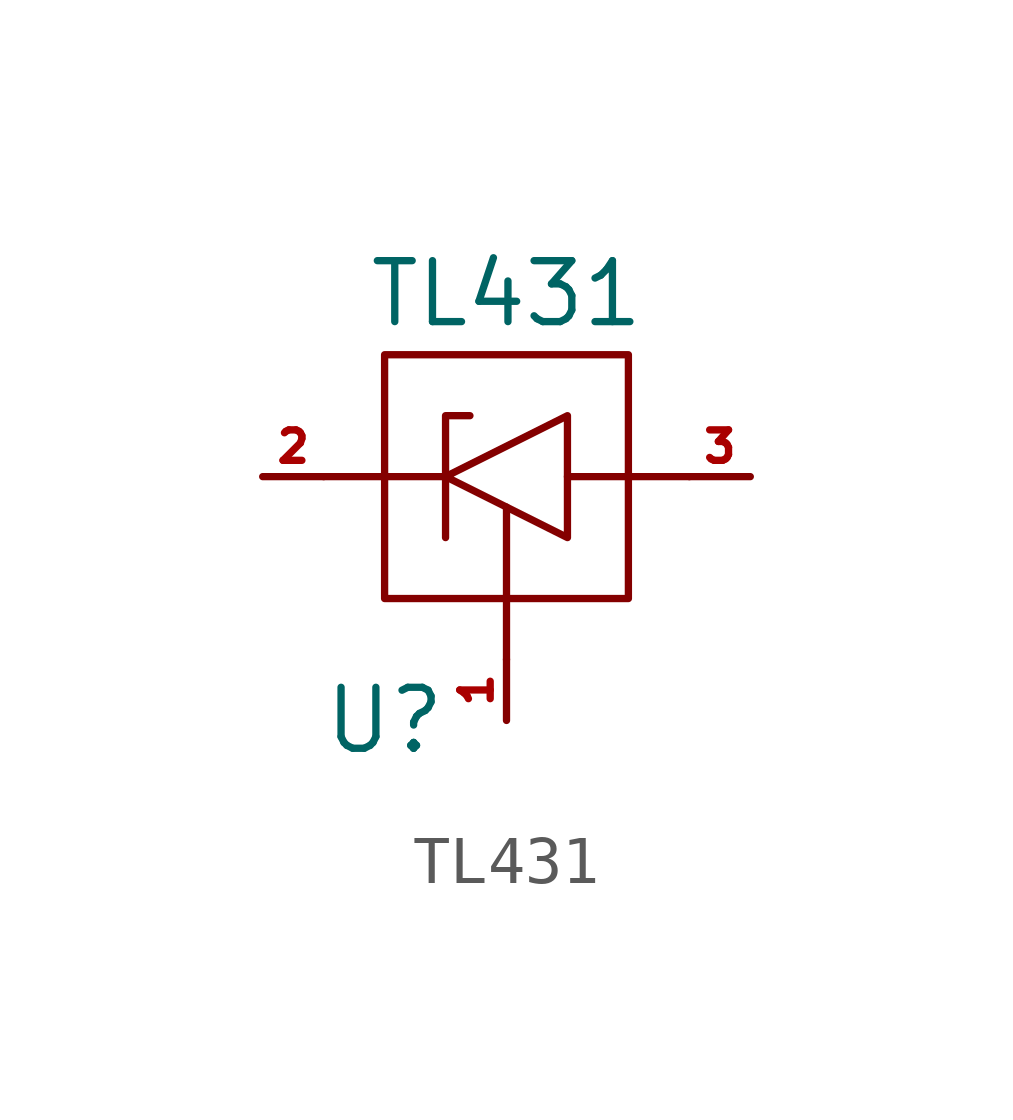
<source format=kicad_sym>
(kicad_symbol_lib
  (version 20211014)
  (generator kicad_symbol_editor)
  (symbol "TL431"
    (pin_names hide)
    (property "Reference" "U"
      (at -2.54 -5.08 0)
      (effects (font (size 1.27 1.27))))
    (property "Value" "TL431"
      (at 0 3.81 0)
      (effects (font (size 1.27 1.27))))
    (symbol "TL431_0_1"
      (rectangle (start -2.54 -2.54) (end 2.54 2.54) (stroke (width 0) (type default) (color 0 0 0 0)) (fill (type none)))
      (polyline (pts (xy 0 -3.81) (xy 0 -0.635)) (stroke (width 0) (type default) (color 0 0 0 0)) (fill (type none)))
      (polyline (pts (xy -0.762 1.27) (xy -1.27 1.27) (xy -1.27 -1.27)) (stroke (width 0) (type default) (color 0 0 0 0)) (fill (type none))))
    (symbol "TL431_1_1"
      (polyline (pts (xy -3.81 0) (xy -1.27 0)) (stroke (width 0) (type default) (color 0 0 0 0)) (fill (type none)))
      (polyline (pts (xy 1.27 0) (xy 3.81 0)) (stroke (width 0) (type default) (color 0 0 0 0)) (fill (type none)))
      (polyline (pts (xy 1.27 1.27) (xy -1.27 0) (xy 1.27 -1.27) (xy 1.27 1.27)) (stroke (width 0) (type default) (color 0 0 0 0)) (fill (type none)))
      (pin input line (at 0 -5.08 90) (length 1.27) (name "Ref" (effects (font (size 0.635 0.635)))) (number "1" (effects (font (size 0.635 0.635)))))
      (pin power_in line (at -5.08 0 0) (length 1.27) (name "K" (effects (font (size 0.635 0.635)))) (number "2" (effects (font (size 0.635 0.635)))))
      (pin power_in line (at 5.08 0 180) (length 1.27) (name "A" (effects (font (size 0.635 0.635)))) (number "3" (effects (font (size 0.635 0.635))))))))
</source>
